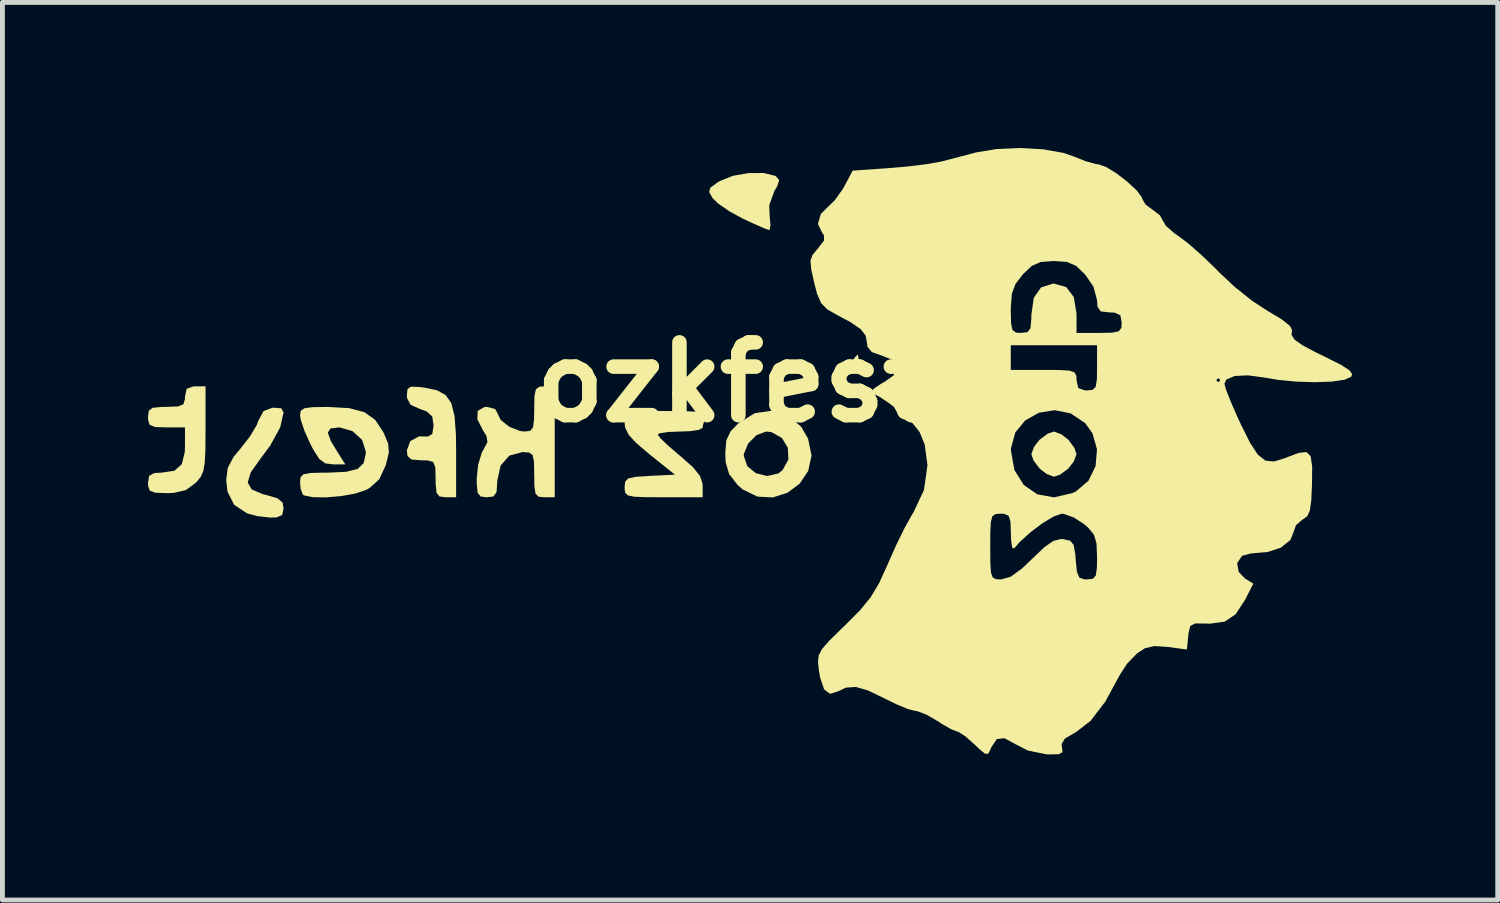
<source format=kicad_pcb>
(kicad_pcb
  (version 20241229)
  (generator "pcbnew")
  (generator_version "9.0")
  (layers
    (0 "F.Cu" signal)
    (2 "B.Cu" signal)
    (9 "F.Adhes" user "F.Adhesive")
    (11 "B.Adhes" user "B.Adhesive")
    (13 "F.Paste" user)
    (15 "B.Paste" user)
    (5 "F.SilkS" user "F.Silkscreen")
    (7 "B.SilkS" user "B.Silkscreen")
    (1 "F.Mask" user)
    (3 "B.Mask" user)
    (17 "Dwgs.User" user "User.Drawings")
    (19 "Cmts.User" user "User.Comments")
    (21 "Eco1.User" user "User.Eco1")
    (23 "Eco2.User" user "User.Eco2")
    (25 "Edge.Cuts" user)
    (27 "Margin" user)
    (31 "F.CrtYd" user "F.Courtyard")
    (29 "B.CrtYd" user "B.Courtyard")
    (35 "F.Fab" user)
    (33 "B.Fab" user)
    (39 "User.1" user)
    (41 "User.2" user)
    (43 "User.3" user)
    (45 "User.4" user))
  (footprint "ozkfest"
    (layer "F.Cu")
    (at 12.023 4.827)
    (property "Reference" "ozkfest" (at 0 0 0) (layer "F.SilkS") (effects (font (size 1.5 1.5) (thickness 0.3))))
    (attr board_only exclude_from_pos_files exclude_from_bom)
    (fp_poly (pts (xy 2.622 -0.49) (xy 2.623 -0.445) (xy 2.593 -0.296) (xy 2.54 -0.254) (xy 2.459 -0.303) (xy 2.457 -0.318) (xy 2.499 -0.436) (xy 2.54 -0.508) (xy 2.602 -0.574)) (stroke (width 0) (type solid)) (fill yes) (layer "F.SilkS"))
    (fp_poly (pts (xy 6.797 1.072) (xy 6.943 1.185) (xy 7.068 1.353) (xy 7.112 1.482) (xy 7.056 1.632) (xy 6.943 1.778) (xy 6.775 1.904) (xy 6.646 1.947) (xy 6.496 1.891) (xy 6.35 1.778) (xy 6.224 1.61) (xy 6.181 1.482) (xy 6.237 1.331) (xy 6.35 1.185) (xy 6.518 1.06) (xy 6.646 1.016)) (stroke (width 0) (type solid)) (fill yes) (layer "F.SilkS"))
    (fp_poly (pts (xy 0.9 -4.254) (xy 0.919 -4.243) (xy 0.984 -4.165) (xy 0.945 -4.041) (xy 0.887 -3.946) (xy 0.779 -3.647) (xy 0.788 -3.427) (xy 0.805 -3.235) (xy 0.786 -3.139) (xy 0.778 -3.136) (xy 0.677 -3.172) (xy 0.47 -3.262) (xy 0.232 -3.373) (xy -0.048 -3.526) (xy -0.277 -3.685) (xy -0.386 -3.792) (xy -0.459 -3.919) (xy -0.434 -4.009) (xy -0.288 -4.116) (xy -0.237 -4.147) (xy 0.027 -4.253) (xy 0.351 -4.31) (xy 0.665 -4.312)) (stroke (width 0) (type solid)) (fill yes) (layer "F.SilkS"))
    (fp_poly (pts (xy -9.277 0.537) (xy -9.229 0.624) (xy -9.299 0.931) (xy -9.503 1.303) (xy -9.702 1.571) (xy -9.906 1.858) (xy -9.968 2.065) (xy -9.886 2.209) (xy -9.658 2.307) (xy -9.588 2.323) (xy -9.357 2.391) (xy -9.251 2.479) (xy -9.229 2.599) (xy -9.256 2.734) (xy -9.369 2.785) (xy -9.504 2.789) (xy -9.77 2.759) (xy -9.983 2.702) (xy -10.249 2.525) (xy -10.386 2.25) (xy -10.411 2.011) (xy -10.38 1.768) (xy -10.262 1.542) (xy -10.111 1.359) (xy -9.923 1.119) (xy -9.784 0.885) (xy -9.746 0.787) (xy -9.643 0.595) (xy -9.456 0.524)) (stroke (width 0) (type solid)) (fill yes) (layer "F.SilkS"))
    (fp_poly (pts (xy -6.428 0.098) (xy -6.33 0.111) (xy -6.072 0.164) (xy -5.891 0.262) (xy -5.773 0.429) (xy -5.706 0.694) (xy -5.677 1.082) (xy -5.673 1.449) (xy -5.673 2.371) (xy -5.884 2.371) (xy -6.015 2.355) (xy -6.077 2.277) (xy -6.095 2.092) (xy -6.096 1.99) (xy -6.102 1.756) (xy -6.145 1.645) (xy -6.26 1.611) (xy -6.392 1.609) (xy -6.593 1.593) (xy -6.675 1.521) (xy -6.689 1.403) (xy -6.617 1.213) (xy -6.434 1.115) (xy -6.253 1.119) (xy -6.164 1.066) (xy -6.138 0.889) (xy -6.166 0.703) (xy -6.284 0.6) (xy -6.413 0.554) (xy -6.613 0.464) (xy -6.685 0.326) (xy -6.689 0.268) (xy -6.675 0.141) (xy -6.604 0.091)) (stroke (width 0) (type solid)) (fill yes) (layer "F.SilkS"))
    (fp_poly (pts (xy 1.164 0.683) (xy 1.438 0.918) (xy 1.579 1.161) (xy 1.651 1.511) (xy 1.583 1.827) (xy 1.408 2.089) (xy 1.154 2.278) (xy 0.853 2.374) (xy 0.535 2.357) (xy 0.229 2.208) (xy 0.122 2.111) (xy -0.048 1.891) (xy -0.118 1.653) (xy -0.125 1.515) (xy 0.254 1.515) (xy 0.326 1.729) (xy 0.505 1.875) (xy 0.737 1.933) (xy 0.965 1.88) (xy 1.052 1.814) (xy 1.174 1.593) (xy 1.163 1.353) (xy 1.04 1.148) (xy 0.827 1.029) (xy 0.718 1.016) (xy 0.518 1.089) (xy 0.344 1.264) (xy 0.256 1.48) (xy 0.254 1.515) (xy -0.125 1.515) (xy -0.127 1.469) (xy -0.106 1.2) (xy -0.016 1.01) (xy 0.15 0.84) (xy 0.485 0.636) (xy 0.835 0.587)) (stroke (width 0) (type solid)) (fill yes) (layer "F.SilkS"))
    (fp_poly (pts (xy -10.837 0.978) (xy -10.84 1.381) (xy -10.853 1.652) (xy -10.883 1.83) (xy -10.937 1.952) (xy -11.023 2.056) (xy -11.045 2.078) (xy -11.244 2.223) (xy -11.497 2.281) (xy -11.638 2.286) (xy -11.874 2.277) (xy -11.987 2.235) (xy -12.021 2.134) (xy -12.023 2.074) (xy -11.999 1.928) (xy -11.893 1.871) (xy -11.743 1.863) (xy -11.479 1.824) (xy -11.327 1.691) (xy -11.265 1.437) (xy -11.261 1.295) (xy -11.261 0.931) (xy -11.642 0.931) (xy -11.877 0.923) (xy -11.988 0.879) (xy -12.021 0.777) (xy -12.023 0.72) (xy -12.007 0.589) (xy -11.929 0.527) (xy -11.744 0.509) (xy -11.642 0.508) (xy -11.407 0.499) (xy -11.295 0.456) (xy -11.262 0.353) (xy -11.261 0.296) (xy -11.226 0.135) (xy -11.088 0.086) (xy -11.049 0.085) (xy -10.837 0.085)) (stroke (width 0) (type solid)) (fill yes) (layer "F.SilkS"))
    (fp_poly (pts (xy -0.957 0.596) (xy -0.71 0.608) (xy -0.578 0.634) (xy -0.533 0.678) (xy -0.541 0.727) (xy -0.587 0.888) (xy -0.593 0.938) (xy -0.669 0.981) (xy -0.867 1.009) (xy -1.058 1.016) (xy -1.312 1.026) (xy -1.48 1.053) (xy -1.52 1.079) (xy -1.457 1.161) (xy -1.295 1.315) (xy -1.069 1.508) (xy -1.054 1.52) (xy -0.792 1.752) (xy -0.648 1.93) (xy -0.595 2.091) (xy -0.593 2.134) (xy -0.593 2.371) (xy -1.397 2.371) (xy -1.77 2.369) (xy -2.005 2.359) (xy -2.134 2.332) (xy -2.189 2.28) (xy -2.201 2.195) (xy -2.201 2.163) (xy -2.189 2.048) (xy -2.126 1.983) (xy -1.972 1.949) (xy -1.69 1.931) (xy -1.683 1.93) (xy -1.164 1.905) (xy -1.683 1.49) (xy -1.959 1.255) (xy -2.12 1.08) (xy -2.191 0.931) (xy -2.201 0.833) (xy -2.201 0.593) (xy -1.346 0.593)) (stroke (width 0) (type solid)) (fill yes) (layer "F.SilkS"))
    (fp_poly (pts (xy -3.641 1.228) (xy -3.641 2.371) (xy -3.852 2.371) (xy -3.974 2.359) (xy -4.037 2.295) (xy -4.061 2.138) (xy -4.064 1.905) (xy -4.069 1.639) (xy -4.097 1.5) (xy -4.17 1.448) (xy -4.305 1.439) (xy -4.576 1.512) (xy -4.756 1.716) (xy -4.826 2.031) (xy -4.826 2.06) (xy -4.84 2.266) (xy -4.905 2.354) (xy -5.038 2.371) (xy -5.168 2.355) (xy -5.23 2.278) (xy -5.248 2.094) (xy -5.249 1.987) (xy -5.22 1.701) (xy -5.145 1.454) (xy -5.115 1.398) (xy -5.028 1.234) (xy -5.048 1.107) (xy -5.115 1.001) (xy -5.237 0.76) (xy -5.228 0.59) (xy -5.09 0.511) (xy -5.038 0.508) (xy -4.87 0.551) (xy -4.826 0.63) (xy -4.753 0.78) (xy -4.575 0.919) (xy -4.353 1.006) (xy -4.257 1.016) (xy -4.146 1.001) (xy -4.088 0.929) (xy -4.067 0.758) (xy -4.064 0.55) (xy -4.059 0.284) (xy -4.029 0.145) (xy -3.958 0.092) (xy -3.852 0.085) (xy -3.641 0.085)) (stroke (width 0) (type solid)) (fill yes) (layer "F.SilkS"))
    (fp_poly (pts (xy -8.319 0.509) (xy -7.877 0.534) (xy -7.564 0.617) (xy -7.342 0.774) (xy -7.176 1.024) (xy -7.168 1.039) (xy -7.074 1.264) (xy -7.059 1.45) (xy -7.118 1.69) (xy -7.126 1.716) (xy -7.256 1.998) (xy -7.457 2.18) (xy -7.535 2.222) (xy -7.755 2.295) (xy -8.047 2.347) (xy -8.356 2.373) (xy -8.627 2.369) (xy -8.806 2.333) (xy -8.834 2.314) (xy -8.878 2.193) (xy -8.89 2.06) (xy -8.879 1.956) (xy -8.821 1.897) (xy -8.679 1.87) (xy -8.416 1.863) (xy -8.314 1.863) (xy -7.939 1.846) (xy -7.704 1.787) (xy -7.579 1.668) (xy -7.536 1.476) (xy -7.535 1.427) (xy -7.611 1.189) (xy -7.806 1.009) (xy -8.07 0.932) (xy -8.09 0.931) (xy -8.265 0.954) (xy -8.318 1.041) (xy -8.253 1.215) (xy -8.164 1.364) (xy -7.957 1.693) (xy -8.21 1.693) (xy -8.37 1.672) (xy -8.491 1.584) (xy -8.615 1.392) (xy -8.677 1.273) (xy -8.797 1.006) (xy -8.874 0.777) (xy -8.89 0.68) (xy -8.874 0.588) (xy -8.802 0.537) (xy -8.637 0.514) (xy -8.342 0.509)) (stroke (width 0) (type solid)) (fill yes) (layer "F.SilkS"))
    (fp_poly (pts (xy 6.425 -4.8) (xy 6.838 -4.727) (xy 7.039 -4.659) (xy 7.294 -4.557) (xy 7.508 -4.497) (xy 7.569 -4.489) (xy 7.722 -4.436) (xy 7.935 -4.305) (xy 8.159 -4.132) (xy 8.349 -3.956) (xy 8.457 -3.813) (xy 8.467 -3.776) (xy 8.534 -3.662) (xy 8.678 -3.556) (xy 8.833 -3.438) (xy 8.89 -3.331) (xy 8.956 -3.221) (xy 9.122 -3.075) (xy 9.207 -3.016) (xy 9.416 -2.859) (xy 9.688 -2.62) (xy 9.974 -2.346) (xy 10.051 -2.266) (xy 10.375 -1.962) (xy 10.733 -1.677) (xy 11.057 -1.465) (xy 11.084 -1.45) (xy 11.343 -1.295) (xy 11.51 -1.161) (xy 11.554 -1.077) (xy 11.543 -0.975) (xy 11.606 -0.877) (xy 11.766 -0.763) (xy 12.047 -0.614) (xy 12.253 -0.514) (xy 12.562 -0.359) (xy 12.735 -0.248) (xy 12.792 -0.166) (xy 12.772 -0.112) (xy 12.635 -0.051) (xy 12.373 -0.013) (xy 12.028 -0.00036) (xy 11.644 -0.012) (xy 11.262 -0.049) (xy 11.006 -0.093) (xy 10.647 -0.142) (xy 10.367 -0.128) (xy 10.197 -0.053) (xy 10.16 0.032) (xy 10.194 0.155) (xy 10.286 0.39) (xy 10.419 0.696) (xy 10.498 0.867) (xy 10.689 1.251) (xy 10.85 1.494) (xy 11.004 1.615) (xy 11.178 1.634) (xy 11.397 1.568) (xy 11.428 1.555) (xy 11.689 1.456) (xy 11.852 1.439) (xy 11.938 1.527) (xy 11.968 1.741) (xy 11.965 2.094) (xy 11.95 2.433) (xy 11.921 2.642) (xy 11.869 2.759) (xy 11.783 2.823) (xy 11.773 2.827) (xy 11.634 2.946) (xy 11.599 3.048) (xy 11.522 3.248) (xy 11.323 3.409) (xy 11.048 3.5) (xy 10.94 3.508) (xy 10.704 3.529) (xy 10.534 3.574) (xy 10.52 3.582) (xy 10.422 3.728) (xy 10.453 3.907) (xy 10.584 4.045) (xy 10.755 4.151) (xy 10.584 4.486) (xy 10.392 4.78) (xy 10.166 4.934) (xy 9.859 4.976) (xy 9.766 4.973) (xy 9.554 4.971) (xy 9.456 5.025) (xy 9.419 5.175) (xy 9.414 5.23) (xy 9.387 5.508) (xy 8.99 5.455) (xy 8.713 5.437) (xy 8.52 5.483) (xy 8.359 5.588) (xy 8.153 5.801) (xy 7.999 6.04) (xy 7.705 6.582) (xy 7.403 6.976) (xy 7.1 7.212) (xy 7.081 7.221) (xy 6.874 7.342) (xy 6.804 7.456) (xy 6.813 7.528) (xy 6.823 7.624) (xy 6.746 7.666) (xy 6.545 7.67) (xy 6.494 7.668) (xy 6.111 7.591) (xy 5.857 7.461) (xy 5.628 7.336) (xy 5.47 7.354) (xy 5.357 7.52) (xy 5.343 7.556) (xy 5.295 7.653) (xy 5.23 7.658) (xy 5.107 7.558) (xy 5.007 7.462) (xy 4.825 7.301) (xy 4.683 7.207) (xy 4.649 7.197) (xy 4.531 7.152) (xy 4.337 7.041) (xy 4.252 6.985) (xy 4.026 6.854) (xy 3.835 6.78) (xy 3.789 6.773) (xy 3.637 6.735) (xy 3.396 6.635) (xy 3.161 6.519) (xy 2.816 6.352) (xy 2.563 6.279) (xy 2.363 6.293) (xy 2.202 6.369) (xy 2.032 6.422) (xy 1.91 6.329) (xy 1.827 6.082) (xy 1.801 5.929) (xy 1.784 5.759) (xy 1.799 5.627) (xy 1.869 5.496) (xy 2.013 5.33) (xy 2.253 5.094) (xy 2.343 5.008) (xy 2.652 4.698) (xy 2.871 4.429) (xy 3.045 4.138) (xy 3.215 3.764) (xy 3.232 3.725) (xy 3.382 3.387) (xy 5.334 3.387) (xy 5.336 3.723) (xy 5.349 3.924) (xy 5.386 4.025) (xy 5.457 4.06) (xy 5.559 4.064) (xy 5.752 4.01) (xy 5.991 3.837) (xy 6.201 3.636) (xy 6.451 3.397) (xy 6.636 3.269) (xy 6.792 3.231) (xy 6.844 3.234) (xy 6.982 3.267) (xy 7.054 3.355) (xy 7.087 3.547) (xy 7.095 3.662) (xy 7.12 3.906) (xy 7.17 4.025) (xy 7.27 4.062) (xy 7.328 4.064) (xy 7.448 4.051) (xy 7.509 3.984) (xy 7.532 3.822) (xy 7.535 3.606) (xy 7.524 3.324) (xy 7.472 3.144) (xy 7.354 2.999) (xy 7.275 2.929) (xy 7.055 2.786) (xy 6.844 2.712) (xy 6.809 2.709) (xy 6.646 2.764) (xy 6.413 2.904) (xy 6.16 3.094) (xy 5.935 3.299) (xy 5.822 3.429) (xy 5.786 3.405) (xy 5.763 3.249) (xy 5.759 3.111) (xy 5.75 2.868) (xy 5.711 2.75) (xy 5.617 2.712) (xy 5.546 2.709) (xy 5.441 2.717) (xy 5.378 2.761) (xy 5.346 2.878) (xy 5.335 3.101) (xy 5.334 3.387) (xy 3.382 3.387) (xy 3.394 3.359) (xy 3.564 3.012) (xy 3.712 2.744) (xy 3.751 2.683) (xy 3.968 2.22) (xy 4.04 1.709) (xy 4 1.412) (xy 5.76 1.412) (xy 5.833 1.812) (xy 6.024 2.117) (xy 6.305 2.31) (xy 6.648 2.372) (xy 7.025 2.285) (xy 7.1 2.25) (xy 7.358 2.03) (xy 7.505 1.725) (xy 7.534 1.383) (xy 7.44 1.051) (xy 7.288 0.84) (xy 6.99 0.642) (xy 6.661 0.576) (xy 6.336 0.629) (xy 6.054 0.787) (xy 5.85 1.035) (xy 5.761 1.361) (xy 5.76 1.412) (xy 4 1.412) (xy 3.983 1.284) (xy 3.877 1.024) (xy 3.688 0.789) (xy 3.46 0.592) (xy 3.228 0.417) (xy 3.044 0.295) (xy 2.956 0.254) (xy 2.877 0.22) (xy 2.932 0.134) (xy 3.101 0.021) (xy 3.156 -0.008) (xy 3.375 -0.164) (xy 3.43 -0.322) (xy 3.324 -0.46) (xy 3.111 -0.544) (xy 2.893 -0.622) (xy 2.803 -0.731) (xy 2.8 -0.762) (xy 5.757 -0.762) (xy 5.757 -0.508) (xy 5.757 -0.254) (xy 6.435 -0.254) (xy 6.771 -0.252) (xy 6.972 -0.238) (xy 7.073 -0.201) (xy 7.108 -0.132) (xy 7.112 -0.042) (xy 7.147 0.119) (xy 7.285 0.168) (xy 7.324 0.169) (xy 7.445 0.157) (xy 7.508 0.093) (xy 7.529 -0.042) (xy 9.991 -0.042) (xy 10.033 0) (xy 10.075 -0.042) (xy 10.033 -0.085) (xy 9.991 -0.042) (xy 7.529 -0.042) (xy 7.532 -0.064) (xy 7.535 -0.296) (xy 7.535 -0.762) (xy 6.646 -0.762) (xy 5.757 -0.762) (xy 2.8 -0.762) (xy 2.794 -0.809) (xy 2.766 -0.961) (xy 2.664 -1.094) (xy 2.456 -1.237) (xy 2.185 -1.382) (xy 2.013 -1.48) (xy 5.757 -1.48) (xy 5.763 -1.214) (xy 5.792 -1.076) (xy 5.864 -1.023) (xy 5.969 -1.016) (xy 6.1 -1.032) (xy 6.162 -1.111) (xy 6.18 -1.298) (xy 6.181 -1.391) (xy 6.231 -1.74) (xy 6.381 -1.954) (xy 6.629 -2.032) (xy 6.646 -2.032) (xy 6.9 -1.962) (xy 7.055 -1.756) (xy 7.112 -1.415) (xy 7.112 -1.391) (xy 7.112 -1.016) (xy 7.578 -1.016) (xy 7.844 -1.021) (xy 7.983 -1.051) (xy 8.036 -1.122) (xy 8.043 -1.228) (xy 8.016 -1.379) (xy 7.9 -1.434) (xy 7.789 -1.439) (xy 7.609 -1.46) (xy 7.543 -1.559) (xy 7.535 -1.692) (xy 7.46 -1.971) (xy 7.288 -2.221) (xy 7.102 -2.399) (xy 6.914 -2.479) (xy 6.646 -2.498) (xy 6.375 -2.478) (xy 6.188 -2.397) (xy 6.004 -2.221) (xy 5.853 -2.023) (xy 5.779 -1.821) (xy 5.758 -1.54) (xy 5.757 -1.48) (xy 2.013 -1.48) (xy 1.974 -1.502) (xy 1.848 -1.631) (xy 1.764 -1.825) (xy 1.704 -2.057) (xy 1.643 -2.335) (xy 1.629 -2.505) (xy 1.671 -2.623) (xy 1.773 -2.746) (xy 1.783 -2.757) (xy 1.908 -2.92) (xy 1.907 -3.03) (xy 1.878 -3.066) (xy 1.783 -3.26) (xy 1.84 -3.465) (xy 1.968 -3.592) (xy 2.131 -3.752) (xy 2.296 -3.983) (xy 2.329 -4.042) (xy 2.498 -4.36) (xy 3.26 -4.414) (xy 3.65 -4.448) (xy 4.018 -4.494) (xy 4.3 -4.543) (xy 4.36 -4.557) (xy 4.684 -4.642) (xy 5.014 -4.728) (xy 5.038 -4.735) (xy 5.464 -4.806) (xy 5.946 -4.827)) (stroke (width 0) (type solid)) (fill yes) (layer "F.SilkS")))
  (gr_rect
    (start -3 -3)
    (end 27.815 15.497)
    (stroke (width 0.1) (type default))
    (fill no)
    (layer "Edge.Cuts")))
</source>
